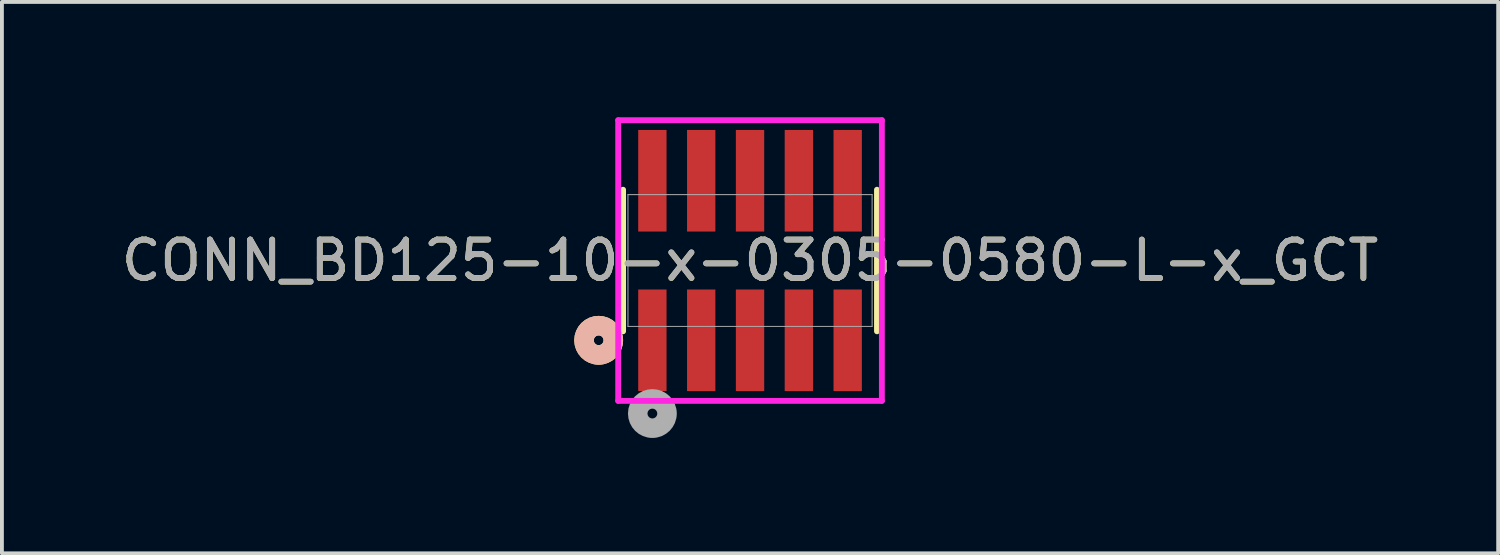
<source format=kicad_pcb>
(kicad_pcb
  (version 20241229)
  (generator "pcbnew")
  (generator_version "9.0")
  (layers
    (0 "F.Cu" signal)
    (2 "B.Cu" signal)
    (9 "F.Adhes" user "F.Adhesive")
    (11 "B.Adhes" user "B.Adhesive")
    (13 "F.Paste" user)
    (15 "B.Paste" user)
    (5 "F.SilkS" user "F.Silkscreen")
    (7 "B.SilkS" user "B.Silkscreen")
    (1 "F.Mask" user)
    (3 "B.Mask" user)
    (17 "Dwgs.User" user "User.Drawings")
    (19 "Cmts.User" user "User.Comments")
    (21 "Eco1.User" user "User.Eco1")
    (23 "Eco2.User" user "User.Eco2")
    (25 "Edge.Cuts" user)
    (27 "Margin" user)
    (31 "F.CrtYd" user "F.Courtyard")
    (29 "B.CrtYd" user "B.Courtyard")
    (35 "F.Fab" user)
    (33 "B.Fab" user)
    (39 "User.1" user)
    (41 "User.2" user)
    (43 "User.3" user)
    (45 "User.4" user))
  (footprint "CONN_BD125-10-x-0305-0580-L-x_GCT"
    (layer "F.Cu")
    (at 16.458 3.726)
    (property "Reference" "CONN_BD125-10-x-0305-0580-L-x_GCT" (at 0 0 0) (unlocked yes) (layer "F.SilkS") (effects (font (size 1 1) (thickness 0.15))))
    (attr smd)
    (fp_line (start -3.302 -1.841) (end -3.302 1.841) (stroke (width 0.152) (type solid)) (layer "F.SilkS"))
    (fp_line (start 3.302 1.841) (end 3.302 -1.841) (stroke (width 0.152) (type solid)) (layer "F.SilkS"))
    (fp_circle (center -3.937 2.075) (end -3.556 2.075) (stroke (width 0.508) (type solid)) (fill no) (layer "F.SilkS"))
    (fp_circle (center -3.937 2.075) (end -3.556 2.075) (stroke (width 0.508) (type solid)) (fill no) (layer "B.SilkS"))
    (fp_line (start -3.429 -3.65) (end -3.429 3.65) (stroke (width 0.152) (type solid)) (layer "F.CrtYd"))
    (fp_line (start -3.429 3.65) (end 3.429 3.65) (stroke (width 0.152) (type solid)) (layer "F.CrtYd"))
    (fp_line (start 3.429 -3.65) (end -3.429 -3.65) (stroke (width 0.152) (type solid)) (layer "F.CrtYd"))
    (fp_line (start 3.429 3.65) (end 3.429 -3.65) (stroke (width 0.152) (type solid)) (layer "F.CrtYd"))
    (fp_line (start -3.175 -1.714) (end -3.175 1.714) (stroke (width 0.025) (type solid)) (layer "F.Fab"))
    (fp_line (start -3.175 1.714) (end 3.175 1.714) (stroke (width 0.025) (type solid)) (layer "F.Fab"))
    (fp_line (start 3.175 -1.714) (end -3.175 -1.714) (stroke (width 0.025) (type solid)) (layer "F.Fab"))
    (fp_line (start 3.175 1.714) (end 3.175 -1.714) (stroke (width 0.025) (type solid)) (layer "F.Fab"))
    (fp_circle (center -2.54 3.98) (end -2.159 3.98) (stroke (width 0.508) (type solid)) (fill no) (layer "F.Fab"))
    (fp_text user "${REFERENCE}" (at 0 0 0) (unlocked yes) (layer "F.Fab") (effects (font (size 1 1) (thickness 0.15))))
    (pad "1" smd rect (at -2.54 2.075) (size 0.737 2.642) (layers "F.Cu" "F.Mask" "F.Paste"))
    (pad "2" smd rect (at -2.54 -2.075) (size 0.737 2.642) (layers "F.Cu" "F.Mask" "F.Paste"))
    (pad "3" smd rect (at -1.27 2.075) (size 0.737 2.642) (layers "F.Cu" "F.Mask" "F.Paste"))
    (pad "4" smd rect (at -1.27 -2.075) (size 0.737 2.642) (layers "F.Cu" "F.Mask" "F.Paste"))
    (pad "5" smd rect (at 0 2.075) (size 0.737 2.642) (layers "F.Cu" "F.Mask" "F.Paste"))
    (pad "6" smd rect (at 0 -2.075) (size 0.737 2.642) (layers "F.Cu" "F.Mask" "F.Paste"))
    (pad "7" smd rect (at 1.27 2.075) (size 0.737 2.642) (layers "F.Cu" "F.Mask" "F.Paste"))
    (pad "8" smd rect (at 1.27 -2.075) (size 0.737 2.642) (layers "F.Cu" "F.Mask" "F.Paste"))
    (pad "9" smd rect (at 2.54 2.075) (size 0.737 2.642) (layers "F.Cu" "F.Mask" "F.Paste"))
    (pad "10" smd rect (at 2.54 -2.075) (size 0.737 2.642) (layers "F.Cu" "F.Mask" "F.Paste")))
  (gr_rect
    (start -3 -3)
    (end 35.917 11.341)
    (stroke (width 0.1) (type default))
    (fill no)
    (layer "Edge.Cuts")))
</source>
